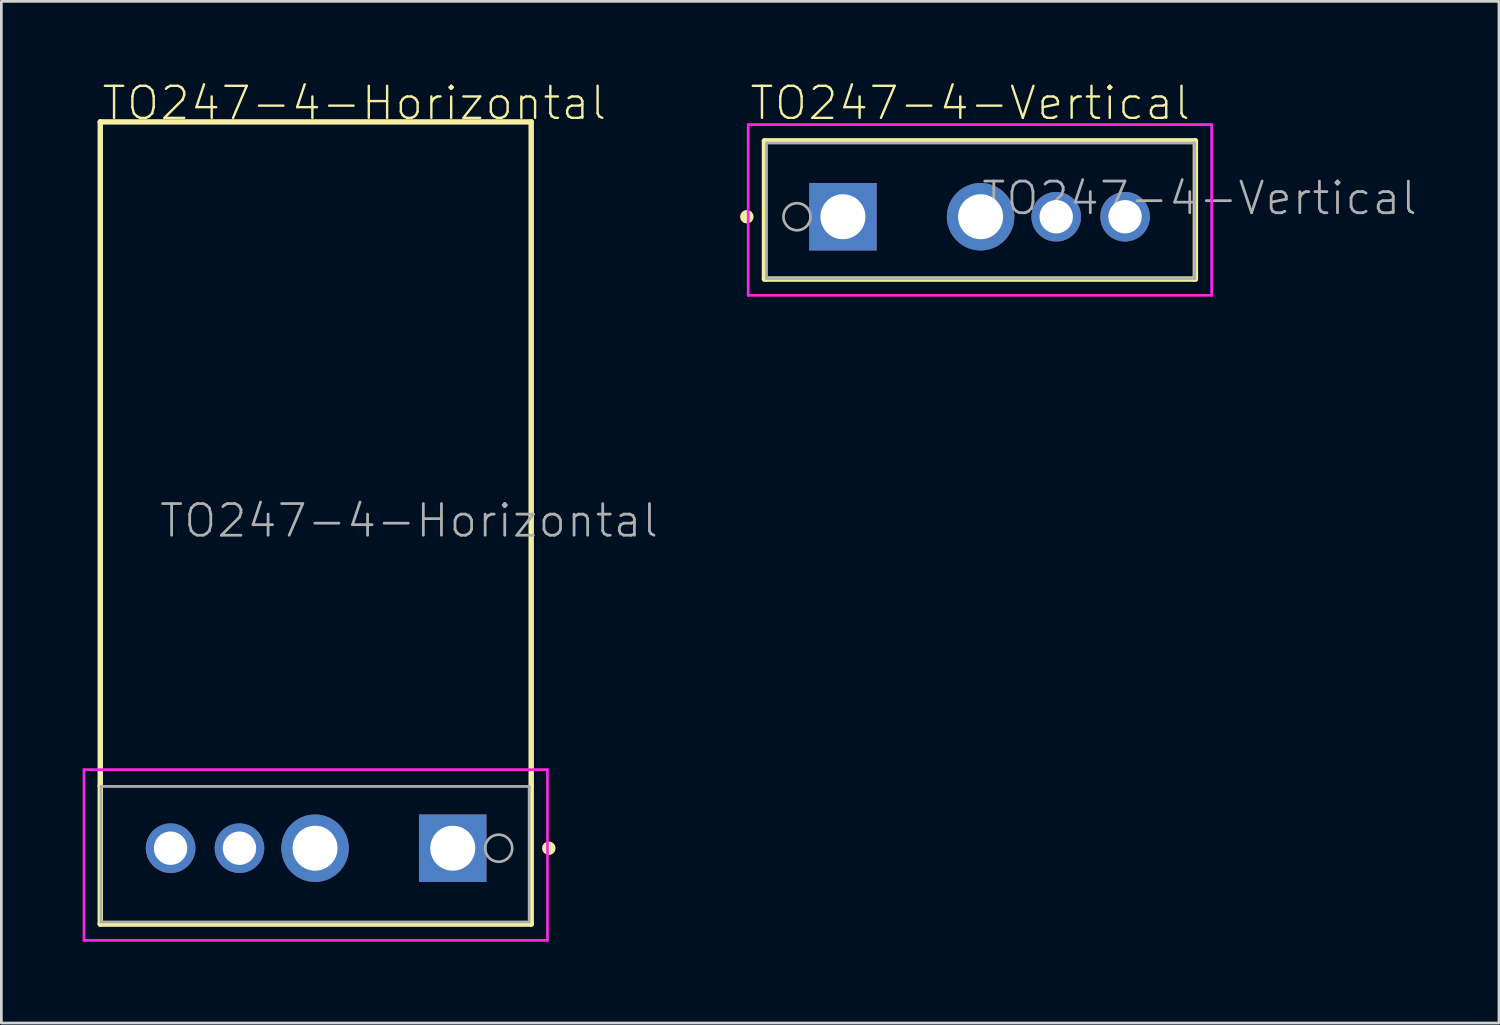
<source format=kicad_pcb>
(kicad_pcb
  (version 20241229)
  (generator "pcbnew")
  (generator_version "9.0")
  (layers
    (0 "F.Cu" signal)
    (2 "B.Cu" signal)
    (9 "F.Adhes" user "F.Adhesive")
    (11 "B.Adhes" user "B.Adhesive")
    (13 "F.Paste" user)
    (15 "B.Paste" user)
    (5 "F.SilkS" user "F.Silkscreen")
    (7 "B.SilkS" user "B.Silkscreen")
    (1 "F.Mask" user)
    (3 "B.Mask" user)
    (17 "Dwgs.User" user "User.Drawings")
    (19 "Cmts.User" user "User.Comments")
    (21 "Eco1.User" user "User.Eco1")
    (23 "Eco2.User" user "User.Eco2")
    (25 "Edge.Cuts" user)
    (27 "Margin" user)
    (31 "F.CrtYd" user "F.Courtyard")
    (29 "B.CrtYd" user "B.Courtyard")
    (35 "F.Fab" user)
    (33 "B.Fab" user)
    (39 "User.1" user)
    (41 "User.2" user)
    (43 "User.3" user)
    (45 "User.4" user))
  (footprint "TO247-4-Vertical"
    (layer "F.Cu")
    (at 33.257 4.947)
    (property "Reference" "TO247-4-Vertical" (at -8.7 -3.5 0) (unlocked yes) (layer "F.SilkS") (effects (font (size 1.182 1.182) (thickness 0.088)) (justify left bottom)))
    (fp_line (start -8.1 -2.8) (end 7.8 -2.8) (stroke (width 0.2) (type solid)) (layer "F.SilkS"))
    (fp_line (start -8.1 2.3) (end -8.1 -2.8) (stroke (width 0.2) (type solid)) (layer "F.SilkS"))
    (fp_line (start -8.1 2.3) (end 7.8 2.3) (stroke (width 0.2) (type solid)) (layer "F.SilkS"))
    (fp_line (start 7.8 2.3) (end 7.8 -2.8) (stroke (width 0.2) (type solid)) (layer "F.SilkS"))
    (fp_circle (center -8.75 0) (end -8.625 0) (stroke (width 0.25) (type solid)) (fill no) (layer "F.SilkS"))
    (fp_line (start -8.7 -3.4) (end 8.4 -3.4) (stroke (width 0.1) (type solid)) (layer "F.CrtYd"))
    (fp_line (start -8.7 2.9) (end -8.7 -3.4) (stroke (width 0.1) (type solid)) (layer "F.CrtYd"))
    (fp_line (start -8.7 2.9) (end 8.4 2.9) (stroke (width 0.1) (type solid)) (layer "F.CrtYd"))
    (fp_line (start 8.4 2.9) (end 8.4 -3.4) (stroke (width 0.1) (type solid)) (layer "F.CrtYd"))
    (fp_line (start -8.025 -2.72) (end 7.775 -2.72) (stroke (width 0.1) (type solid)) (layer "F.Fab"))
    (fp_line (start -8.025 2.28) (end -8.025 -2.72) (stroke (width 0.1) (type solid)) (layer "F.Fab"))
    (fp_line (start -8.025 2.28) (end 7.775 2.28) (stroke (width 0.1) (type solid)) (layer "F.Fab"))
    (fp_line (start 7.775 2.28) (end 7.775 -2.72) (stroke (width 0.1) (type solid)) (layer "F.Fab"))
    (fp_circle (center -6.9 0) (end -6.4 0) (stroke (width 0.1) (type solid)) (fill no) (layer "F.Fab"))
    (fp_text user "${REFERENCE}" (at -0.15 0 0) (unlocked yes) (layer "F.Fab") (effects (font (size 1.168 1.168) (thickness 0.102)) (justify left bottom)))
    (pad "1" thru_hole rect (at -5.205 0) (size 2.49 2.49) (drill 1.66) (layers "*.Cu" "*.Mask"))
    (pad "2" thru_hole circle (at -0.125 0) (size 2.49 2.49) (drill 1.66) (layers "*.Cu" "*.Mask"))
    (pad "3" thru_hole circle (at 2.665 0) (size 1.83 1.83) (drill 1.23) (layers "*.Cu" "*.Mask"))
    (pad "4" thru_hole circle (at 5.205 0) (size 1.83 1.83) (drill 1.23) (layers "*.Cu" "*.Mask")))
  (footprint "TO247-4-Horizontal"
    (layer "F.Cu")
    (at 8.6 28.247)
    (property "Reference" "TO247-4-Horizontal" (at -7.95 -26.8 0) (unlocked yes) (layer "F.SilkS") (effects (font (size 1.182 1.182) (thickness 0.088)) (justify left bottom)))
    (fp_line (start -7.95 -2.3) (end -7.95 -26.8) (stroke (width 0.2) (type solid)) (layer "F.SilkS"))
    (fp_line (start -7.95 -2.3) (end -7.95 2.8) (stroke (width 0.2) (type solid)) (layer "F.SilkS"))
    (fp_line (start 7.95 -26.8) (end -7.95 -26.8) (stroke (width 0.2) (type solid)) (layer "F.SilkS"))
    (fp_line (start 7.95 -2.3) (end 7.95 -26.8) (stroke (width 0.2) (type solid)) (layer "F.SilkS"))
    (fp_line (start 7.95 -2.3) (end 7.95 2.8) (stroke (width 0.2) (type solid)) (layer "F.SilkS"))
    (fp_line (start 7.95 2.8) (end -7.95 2.8) (stroke (width 0.2) (type solid)) (layer "F.SilkS"))
    (fp_circle (center 8.6 0) (end 8.475 0) (stroke (width 0.25) (type solid)) (fill no) (layer "F.SilkS"))
    (fp_line (start -8.55 -2.9) (end -8.55 3.4) (stroke (width 0.1) (type solid)) (layer "F.CrtYd"))
    (fp_line (start 8.55 -2.9) (end -8.55 -2.9) (stroke (width 0.1) (type solid)) (layer "F.CrtYd"))
    (fp_line (start 8.55 -2.9) (end 8.55 3.4) (stroke (width 0.1) (type solid)) (layer "F.CrtYd"))
    (fp_line (start 8.55 3.4) (end -8.55 3.4) (stroke (width 0.1) (type solid)) (layer "F.CrtYd"))
    (fp_line (start -7.925 -2.28) (end -7.925 2.72) (stroke (width 0.1) (type solid)) (layer "F.Fab"))
    (fp_line (start 7.875 -2.28) (end -7.925 -2.28) (stroke (width 0.1) (type solid)) (layer "F.Fab"))
    (fp_line (start 7.875 -2.28) (end 7.875 2.72) (stroke (width 0.1) (type solid)) (layer "F.Fab"))
    (fp_line (start 7.875 2.72) (end -7.925 2.72) (stroke (width 0.1) (type solid)) (layer "F.Fab"))
    (fp_circle (center 6.75 0) (end 6.25 0) (stroke (width 0.1) (type solid)) (fill no) (layer "F.Fab"))
    (fp_text user "${REFERENCE}" (at -5.83 -11.4 0) (unlocked yes) (layer "F.Fab") (effects (font (size 1.168 1.168) (thickness 0.102)) (justify left bottom)))
    (pad "1" thru_hole rect (at 5.055 0 180) (size 2.49 2.49) (drill 1.66) (layers "*.Cu" "*.Mask"))
    (pad "2" thru_hole circle (at -0.025 0 180) (size 2.49 2.49) (drill 1.66) (layers "*.Cu" "*.Mask"))
    (pad "3" thru_hole circle (at -2.815 0 180) (size 1.83 1.83) (drill 1.23) (layers "*.Cu" "*.Mask"))
    (pad "4" thru_hole circle (at -5.355 0 180) (size 1.83 1.83) (drill 1.23) (layers "*.Cu" "*.Mask")))
  (gr_rect
    (start -3 -3)
    (end 52.258 34.697)
    (stroke (width 0.1) (type default))
    (fill no)
    (layer "Edge.Cuts")))
</source>
